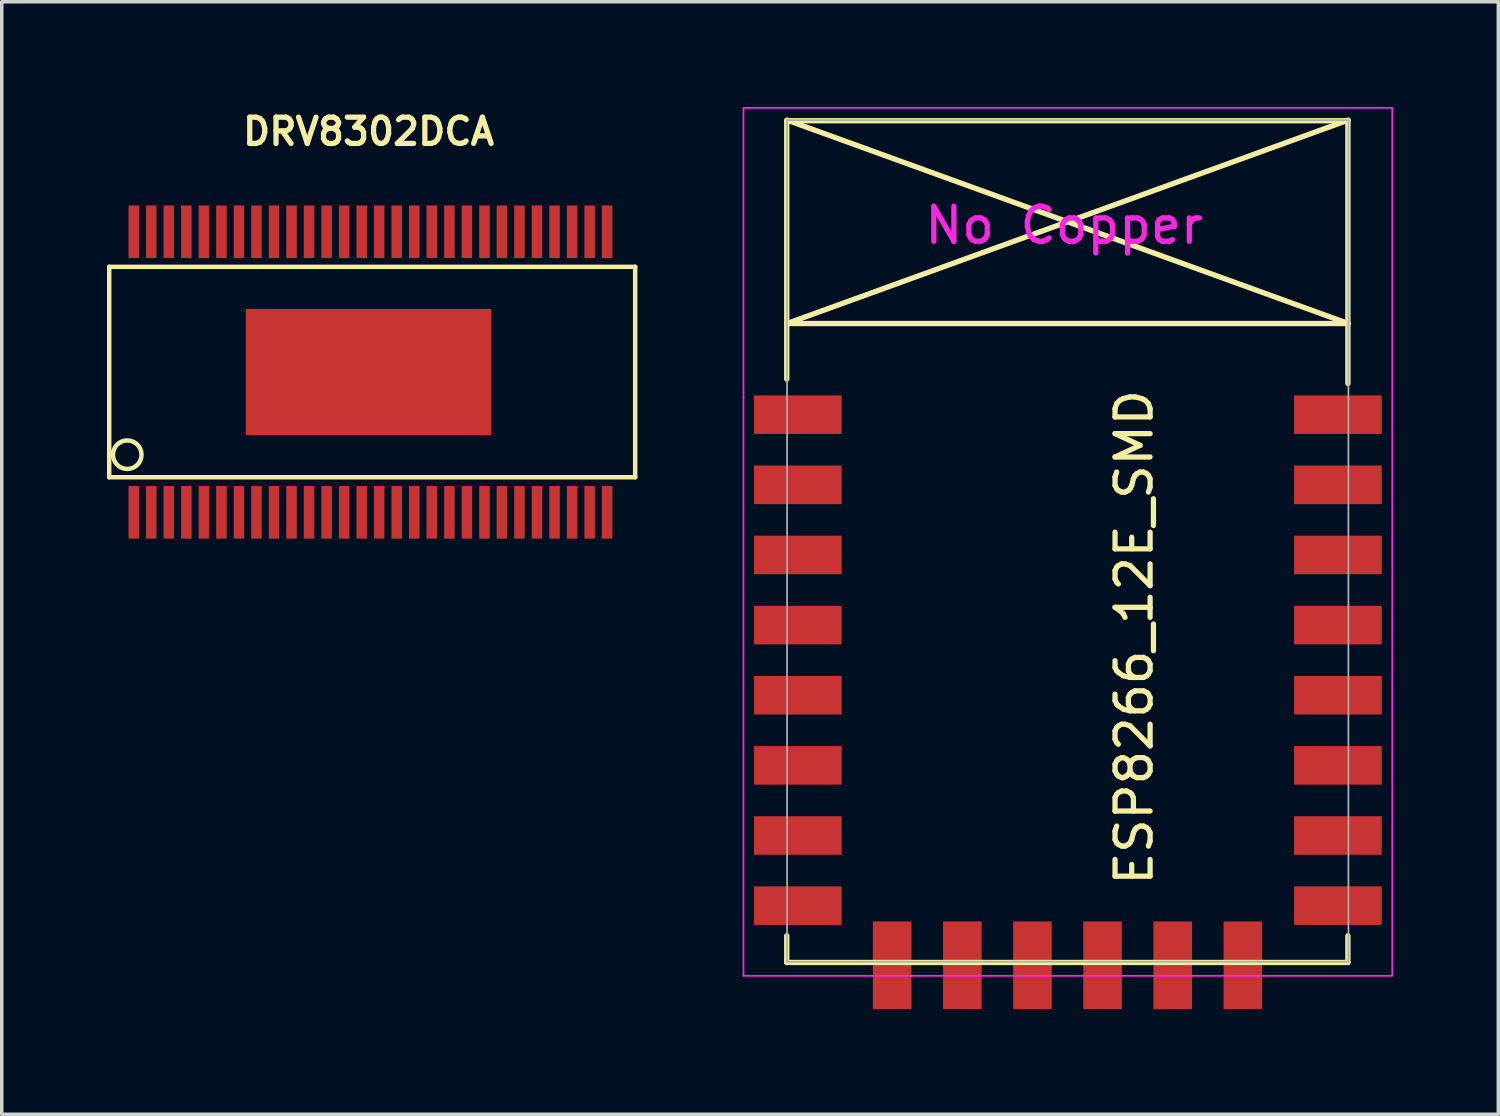
<source format=kicad_pcb>
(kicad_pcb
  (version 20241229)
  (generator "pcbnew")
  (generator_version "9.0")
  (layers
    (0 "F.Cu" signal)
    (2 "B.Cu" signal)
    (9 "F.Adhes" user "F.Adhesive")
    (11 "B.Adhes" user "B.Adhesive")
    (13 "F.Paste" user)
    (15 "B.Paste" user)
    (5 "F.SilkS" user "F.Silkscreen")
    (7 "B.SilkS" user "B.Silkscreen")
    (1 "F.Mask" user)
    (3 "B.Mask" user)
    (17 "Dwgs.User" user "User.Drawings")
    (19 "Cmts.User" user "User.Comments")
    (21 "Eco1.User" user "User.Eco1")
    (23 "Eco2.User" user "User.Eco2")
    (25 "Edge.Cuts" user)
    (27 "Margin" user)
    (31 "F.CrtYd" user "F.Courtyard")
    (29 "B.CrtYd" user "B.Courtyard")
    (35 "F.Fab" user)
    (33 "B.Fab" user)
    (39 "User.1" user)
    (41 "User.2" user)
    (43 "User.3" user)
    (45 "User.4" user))
  (footprint "DRV8302DCA"
    (layer "F.Cu")
    (at 7.46 7.559)
    (property "Reference" "DRV8302DCA" (at 0 -6.858 0) (layer "F.SilkS") (effects (font (size 0.749 0.749) (thickness 0.15))))
    (attr smd)
    (fp_line (start -7.396 3) (end -7.396 -3) (stroke (width 0.127) (type solid)) (layer "F.SilkS"))
    (fp_line (start -7.396 3) (end 7.602 3) (stroke (width 0.127) (type solid)) (layer "F.SilkS"))
    (fp_line (start 7.602 -3) (end -7.396 -3) (stroke (width 0.127) (type solid)) (layer "F.SilkS"))
    (fp_line (start 7.602 -3) (end 7.602 3) (stroke (width 0.127) (type solid)) (layer "F.SilkS"))
    (fp_circle (center -6.881 2.357) (end -7.135 2.675) (stroke (width 0.127) (type solid)) (fill no) (layer "F.SilkS"))
    (pad "1" smd rect (at -6.695 4) (size 0.3 1.501) (layers "F.Cu" "F.Mask" "F.Paste"))
    (pad "2" smd rect (at -6.198 4) (size 0.3 1.501) (layers "F.Cu" "F.Mask" "F.Paste"))
    (pad "3" smd rect (at -5.697 4) (size 0.3 1.501) (layers "F.Cu" "F.Mask" "F.Paste"))
    (pad "4" smd rect (at -5.197 4) (size 0.3 1.501) (layers "F.Cu" "F.Mask" "F.Paste"))
    (pad "5" smd rect (at -4.696 4) (size 0.3 1.501) (layers "F.Cu" "F.Mask" "F.Paste"))
    (pad "6" smd rect (at -4.196 4) (size 0.3 1.501) (layers "F.Cu" "F.Mask" "F.Paste"))
    (pad "7" smd rect (at -3.696 4) (size 0.3 1.501) (layers "F.Cu" "F.Mask" "F.Paste"))
    (pad "8" smd rect (at -3.198 4) (size 0.3 1.501) (layers "F.Cu" "F.Mask" "F.Paste"))
    (pad "9" smd rect (at -2.697 4) (size 0.3 1.501) (layers "F.Cu" "F.Mask" "F.Paste"))
    (pad "10" smd rect (at -2.197 4) (size 0.3 1.501) (layers "F.Cu" "F.Mask" "F.Paste"))
    (pad "11" smd rect (at -1.697 4) (size 0.3 1.501) (layers "F.Cu" "F.Mask" "F.Paste"))
    (pad "12" smd rect (at -1.196 4) (size 0.3 1.501) (layers "F.Cu" "F.Mask" "F.Paste"))
    (pad "13" smd rect (at -0.696 4) (size 0.3 1.501) (layers "F.Cu" "F.Mask" "F.Paste"))
    (pad "14" smd rect (at -0.196 4) (size 0.3 1.501) (layers "F.Cu" "F.Mask" "F.Paste"))
    (pad "15" smd rect (at 0.302 4) (size 0.3 1.501) (layers "F.Cu" "F.Mask" "F.Paste"))
    (pad "16" smd rect (at 0.803 4) (size 0.3 1.501) (layers "F.Cu" "F.Mask" "F.Paste"))
    (pad "17" smd rect (at 1.303 4) (size 0.3 1.501) (layers "F.Cu" "F.Mask" "F.Paste"))
    (pad "18" smd rect (at 1.803 4) (size 0.3 1.501) (layers "F.Cu" "F.Mask" "F.Paste"))
    (pad "19" smd rect (at 2.304 4) (size 0.3 1.501) (layers "F.Cu" "F.Mask" "F.Paste"))
    (pad "20" smd rect (at 2.804 4) (size 0.3 1.501) (layers "F.Cu" "F.Mask" "F.Paste"))
    (pad "21" smd rect (at 3.305 4) (size 0.3 1.501) (layers "F.Cu" "F.Mask" "F.Paste"))
    (pad "22" smd rect (at 3.802 4) (size 0.3 1.501) (layers "F.Cu" "F.Mask" "F.Paste"))
    (pad "23" smd rect (at 4.303 4) (size 0.3 1.501) (layers "F.Cu" "F.Mask" "F.Paste"))
    (pad "24" smd rect (at 4.803 4) (size 0.3 1.501) (layers "F.Cu" "F.Mask" "F.Paste"))
    (pad "25" smd rect (at 5.304 4) (size 0.3 1.501) (layers "F.Cu" "F.Mask" "F.Paste"))
    (pad "26" smd rect (at 5.804 4) (size 0.3 1.501) (layers "F.Cu" "F.Mask" "F.Paste"))
    (pad "27" smd rect (at 6.304 4) (size 0.3 1.501) (layers "F.Cu" "F.Mask" "F.Paste"))
    (pad "28" smd rect (at 6.802 4) (size 0.3 1.501) (layers "F.Cu" "F.Mask" "F.Paste"))
    (pad "29" smd rect (at 6.802 -4) (size 0.3 1.501) (layers "F.Cu" "F.Mask" "F.Paste"))
    (pad "30" smd rect (at 6.304 -4) (size 0.3 1.501) (layers "F.Cu" "F.Mask" "F.Paste"))
    (pad "31" smd rect (at 5.804 -4) (size 0.3 1.501) (layers "F.Cu" "F.Mask" "F.Paste"))
    (pad "32" smd rect (at 5.304 -4) (size 0.3 1.501) (layers "F.Cu" "F.Mask" "F.Paste"))
    (pad "33" smd rect (at 4.803 -4) (size 0.3 1.501) (layers "F.Cu" "F.Mask" "F.Paste"))
    (pad "34" smd rect (at 4.303 -4) (size 0.3 1.501) (layers "F.Cu" "F.Mask" "F.Paste"))
    (pad "35" smd rect (at 3.802 -4) (size 0.3 1.501) (layers "F.Cu" "F.Mask" "F.Paste"))
    (pad "36" smd rect (at 3.305 -4) (size 0.3 1.501) (layers "F.Cu" "F.Mask" "F.Paste"))
    (pad "37" smd rect (at 2.804 -4) (size 0.3 1.501) (layers "F.Cu" "F.Mask" "F.Paste"))
    (pad "38" smd rect (at 2.304 -4) (size 0.3 1.501) (layers "F.Cu" "F.Mask" "F.Paste"))
    (pad "39" smd rect (at 1.803 -4) (size 0.3 1.501) (layers "F.Cu" "F.Mask" "F.Paste"))
    (pad "40" smd rect (at 1.303 -4) (size 0.3 1.501) (layers "F.Cu" "F.Mask" "F.Paste"))
    (pad "41" smd rect (at 0.803 -4) (size 0.3 1.501) (layers "F.Cu" "F.Mask" "F.Paste"))
    (pad "42" smd rect (at 0.302 -4) (size 0.3 1.501) (layers "F.Cu" "F.Mask" "F.Paste"))
    (pad "43" smd rect (at -0.196 -4) (size 0.3 1.501) (layers "F.Cu" "F.Mask" "F.Paste"))
    (pad "44" smd rect (at -0.696 -4) (size 0.3 1.501) (layers "F.Cu" "F.Mask" "F.Paste"))
    (pad "45" smd rect (at -1.196 -4) (size 0.3 1.501) (layers "F.Cu" "F.Mask" "F.Paste"))
    (pad "46" smd rect (at -1.697 -4) (size 0.3 1.501) (layers "F.Cu" "F.Mask" "F.Paste"))
    (pad "47" smd rect (at -2.197 -4) (size 0.3 1.501) (layers "F.Cu" "F.Mask" "F.Paste"))
    (pad "48" smd rect (at -2.697 -4) (size 0.3 1.501) (layers "F.Cu" "F.Mask" "F.Paste"))
    (pad "49" smd rect (at -3.198 -4) (size 0.3 1.501) (layers "F.Cu" "F.Mask" "F.Paste"))
    (pad "50" smd rect (at -3.696 -4) (size 0.3 1.501) (layers "F.Cu" "F.Mask" "F.Paste"))
    (pad "51" smd rect (at -4.196 -4) (size 0.3 1.501) (layers "F.Cu" "F.Mask" "F.Paste"))
    (pad "52" smd rect (at -4.696 -4) (size 0.3 1.501) (layers "F.Cu" "F.Mask" "F.Paste"))
    (pad "53" smd rect (at -5.197 -4) (size 0.3 1.501) (layers "F.Cu" "F.Mask" "F.Paste"))
    (pad "54" smd rect (at -5.697 -4) (size 0.3 1.501) (layers "F.Cu" "F.Mask" "F.Paste"))
    (pad "55" smd rect (at -6.198 -4) (size 0.3 1.501) (layers "F.Cu" "F.Mask" "F.Paste"))
    (pad "56" smd rect (at -6.695 -4) (size 0.3 1.501) (layers "F.Cu" "F.Mask" "F.Paste"))
    (pad "57" smd rect (at 0 0) (size 7 3.599) (layers "F.Cu" "F.Mask" "F.Paste")))
  (footprint "ESP8266_12E_SMD"
    (layer "F.Cu")
    (at 20.401 8.775)
    (property "Reference" "ESP8266_12E_SMD" (at 8.89 6.35 90) (layer "F.SilkS") (effects (font (size 1 1) (thickness 0.15))))
    (attr through_hole)
    (fp_line (start -1.016 -8.382) (end -1.016 -1.016) (stroke (width 0.152) (type solid)) (layer "F.SilkS"))
    (fp_line (start -1.016 -8.382) (end 14.986 -8.382) (stroke (width 0.152) (type solid)) (layer "F.SilkS"))
    (fp_line (start -1.016 14.859) (end -1.016 15.621) (stroke (width 0.152) (type solid)) (layer "F.SilkS"))
    (fp_line (start -1.016 15.621) (end 14.986 15.621) (stroke (width 0.152) (type solid)) (layer "F.SilkS"))
    (fp_line (start -1.008 -8.4) (end 14.992 -2.6) (stroke (width 0.152) (type solid)) (layer "F.SilkS"))
    (fp_line (start -1.008 -2.6) (end 14.992 -2.6) (stroke (width 0.152) (type solid)) (layer "F.SilkS"))
    (fp_line (start 14.986 -8.382) (end 14.986 -0.889) (stroke (width 0.152) (type solid)) (layer "F.SilkS"))
    (fp_line (start 14.986 15.621) (end 14.986 14.859) (stroke (width 0.152) (type solid)) (layer "F.SilkS"))
    (fp_line (start 14.992 -8.4) (end -1.008 -2.6) (stroke (width 0.152) (type solid)) (layer "F.SilkS"))
    (fp_line (start -2.25 -8.75) (end 15.25 -8.75) (stroke (width 0.05) (type solid)) (layer "F.CrtYd"))
    (fp_line (start -2.25 -0.5) (end -2.25 -8.75) (stroke (width 0.05) (type solid)) (layer "F.CrtYd"))
    (fp_line (start -2.25 16) (end -2.25 -0.5) (stroke (width 0.05) (type solid)) (layer "F.CrtYd"))
    (fp_line (start 15.25 -8.75) (end 16.25 -8.75) (stroke (width 0.05) (type solid)) (layer "F.CrtYd"))
    (fp_line (start 16.25 -8.75) (end 16.25 16) (stroke (width 0.05) (type solid)) (layer "F.CrtYd"))
    (fp_line (start 16.25 16) (end -2.25 16) (stroke (width 0.05) (type solid)) (layer "F.CrtYd"))
    (fp_line (start -1.008 -8.4) (end 14.992 -8.4) (stroke (width 0.05) (type solid)) (layer "F.Fab"))
    (fp_line (start -1.008 15.6) (end -1.008 -8.4) (stroke (width 0.05) (type solid)) (layer "F.Fab"))
    (fp_line (start 14.992 15.6) (end -1.008 15.6) (stroke (width 0.05) (type solid)) (layer "F.Fab"))
    (fp_line (start 15 -8.4) (end 15 15.6) (stroke (width 0.05) (type solid)) (layer "F.Fab"))
    (fp_text user "No Copper" (at 6.892 -5.4 0) (layer "F.CrtYd") (effects (font (size 1 1) (thickness 0.15))))
    (pad "1" smd rect (at 0 0) (size 2.5 1.1) (drill (offset -0.7 0)) (layers "F.Cu" "F.Mask" "F.Paste"))
    (pad "2" smd rect (at 0 2) (size 2.5 1.1) (drill (offset -0.7 0)) (layers "F.Cu" "F.Mask" "F.Paste"))
    (pad "3" smd rect (at 0 4) (size 2.5 1.1) (drill (offset -0.7 0)) (layers "F.Cu" "F.Mask" "F.Paste"))
    (pad "4" smd rect (at 0 6) (size 2.5 1.1) (drill (offset -0.7 0)) (layers "F.Cu" "F.Mask" "F.Paste"))
    (pad "5" smd rect (at 0 8) (size 2.5 1.1) (drill (offset -0.7 0)) (layers "F.Cu" "F.Mask" "F.Paste"))
    (pad "6" smd rect (at 0 10) (size 2.5 1.1) (drill (offset -0.7 0)) (layers "F.Cu" "F.Mask" "F.Paste"))
    (pad "7" smd rect (at 0 12) (size 2.5 1.1) (drill (offset -0.7 0)) (layers "F.Cu" "F.Mask" "F.Paste"))
    (pad "8" smd rect (at 0 14) (size 2.5 1.1) (drill (offset -0.7 0)) (layers "F.Cu" "F.Mask" "F.Paste"))
    (pad "9" smd rect (at 14 14) (size 2.5 1.1) (drill (offset 0.7 0)) (layers "F.Cu" "F.Mask" "F.Paste"))
    (pad "10" smd rect (at 14 12) (size 2.5 1.1) (drill (offset 0.7 0)) (layers "F.Cu" "F.Mask" "F.Paste"))
    (pad "11" smd rect (at 14 10) (size 2.5 1.1) (drill (offset 0.7 0)) (layers "F.Cu" "F.Mask" "F.Paste"))
    (pad "12" smd rect (at 14 8) (size 2.5 1.1) (drill (offset 0.7 0)) (layers "F.Cu" "F.Mask" "F.Paste"))
    (pad "13" smd rect (at 14 6) (size 2.5 1.1) (drill (offset 0.7 0)) (layers "F.Cu" "F.Mask" "F.Paste"))
    (pad "14" smd rect (at 14 4) (size 2.5 1.1) (drill (offset 0.7 0)) (layers "F.Cu" "F.Mask" "F.Paste"))
    (pad "15" smd rect (at 14 2) (size 2.5 1.1) (drill (offset 0.7 0)) (layers "F.Cu" "F.Mask" "F.Paste"))
    (pad "16" smd rect (at 14 0) (size 2.5 1.1) (drill (offset 0.7 0)) (layers "F.Cu" "F.Mask" "F.Paste"))
    (pad "17" smd rect (at 1.99 15 90) (size 2.5 1.1) (drill (offset -0.7 0)) (layers "F.Cu" "F.Mask" "F.Paste"))
    (pad "18" smd rect (at 3.99 15 90) (size 2.5 1.1) (drill (offset -0.7 0)) (layers "F.Cu" "F.Mask" "F.Paste"))
    (pad "19" smd rect (at 5.99 15 90) (size 2.5 1.1) (drill (offset -0.7 0)) (layers "F.Cu" "F.Mask" "F.Paste"))
    (pad "20" smd rect (at 7.99 15 90) (size 2.5 1.1) (drill (offset -0.7 0)) (layers "F.Cu" "F.Mask" "F.Paste"))
    (pad "21" smd rect (at 9.99 15 90) (size 2.5 1.1) (drill (offset -0.7 0)) (layers "F.Cu" "F.Mask" "F.Paste"))
    (pad "22" smd rect (at 11.99 15 90) (size 2.5 1.1) (drill (offset -0.7 0)) (layers "F.Cu" "F.Mask" "F.Paste")))
  (gr_rect
    (start -3 -3)
    (end 39.676 28.725)
    (stroke (width 0.1) (type default))
    (fill no)
    (layer "Edge.Cuts")))
</source>
